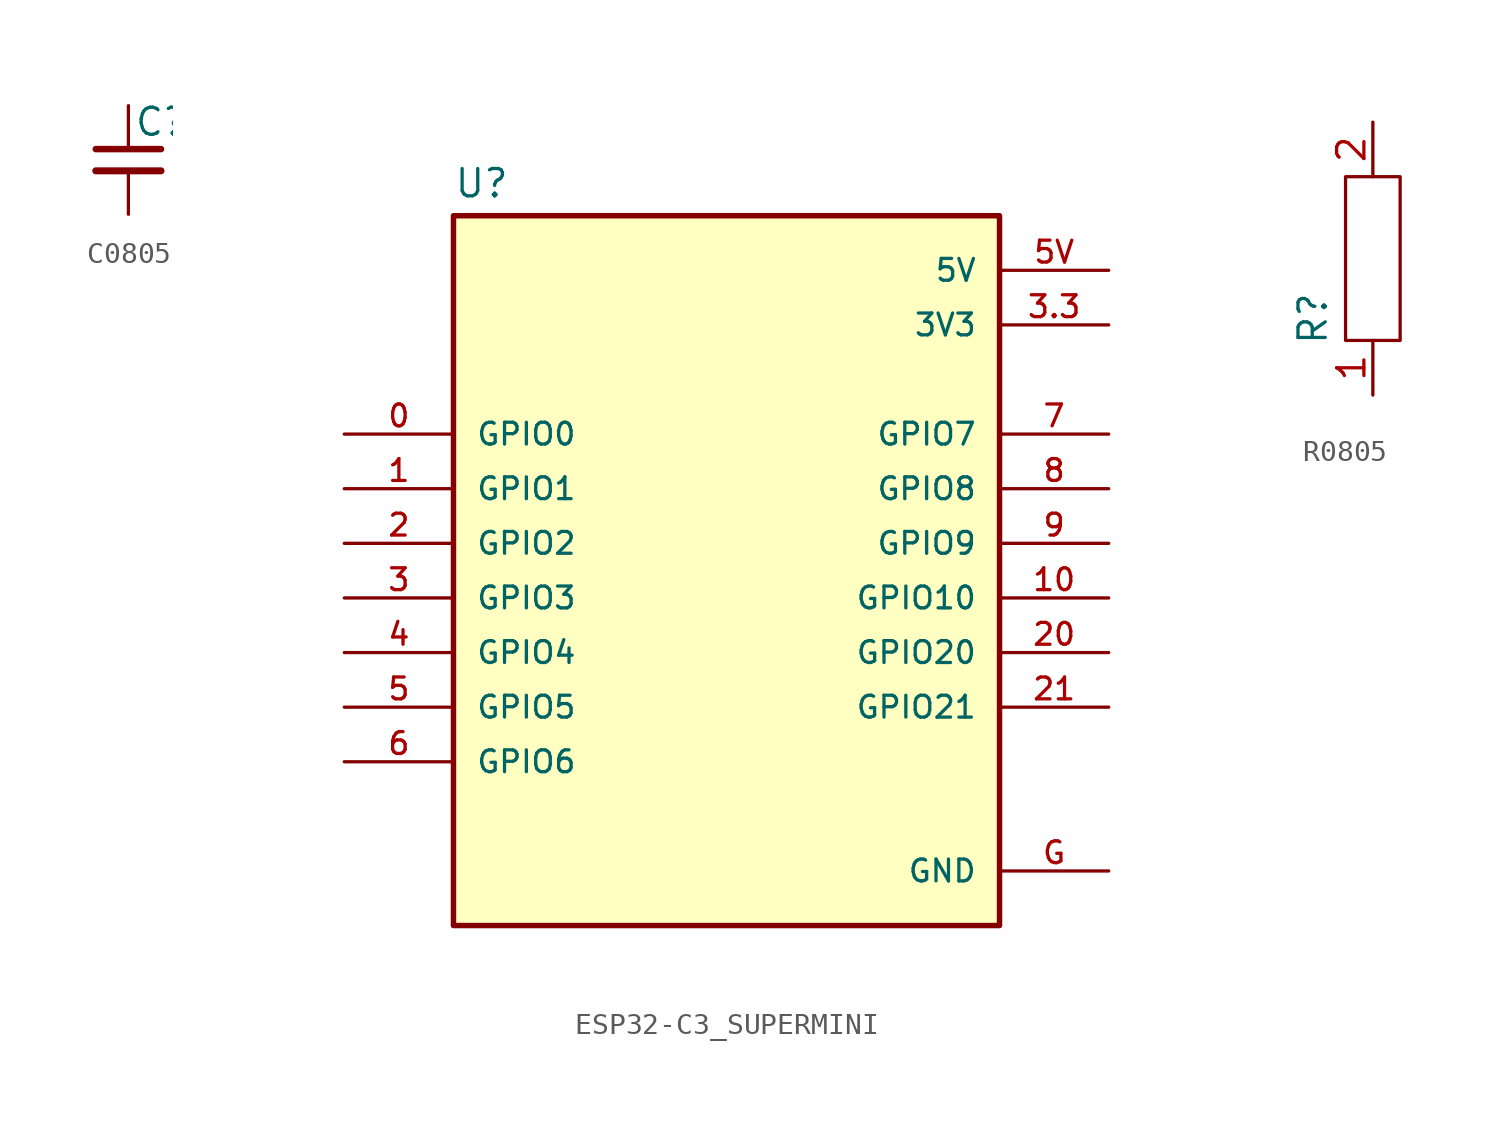
<source format=kicad_sym>
(kicad_symbol_lib
  (version 20241209)
  (generator "kicad_symbol_editor")
  (generator_version "9.0")
  (symbol "C0805"
    (pin_numbers
      (hide yes))
    (pin_names
      (offset 0.254)
      (hide yes))
    (property "Reference" "C"
      (at 0.254 1.778 0)
      (effects (font (size 1.27 1.27)) (justify left)))
    (symbol "C0805_0_1"
      (polyline (pts (xy -1.524 0.508) (xy 1.524 0.508)) (stroke (width 0.305) (type default)) (fill (type none)))
      (polyline (pts (xy -1.524 -0.508) (xy 1.524 -0.508)) (stroke (width 0.33) (type default)) (fill (type none))))
    (symbol "C0805_1_1"
      (pin passive line (at 0 2.54 270) (length 2.032) (name "~" (effects (font (size 1.27 1.27)))) (number "1" (effects (font (size 1.27 1.27)))))
      (pin passive line (at 0 -2.54 90) (length 2.032) (name "~" (effects (font (size 1.27 1.27)))) (number "2" (effects (font (size 1.27 1.27)))))))
  (symbol "ESP32-C3_SUPERMINI"
    (pin_names
      (offset 1.016))
    (property "Reference" "U"
      (at -12.7 16.002 0)
      (effects (font (size 1.27 1.27)) (justify left bottom)))
    (symbol "ESP32-C3_SUPERMINI_0_0"
      (rectangle (start -12.7 15.24) (end 12.7 -17.78) (stroke (width 0.254) (type default)) (fill (type background)))
      (pin bidirectional line (at -17.78 5.08 0) (length 5.08) (name "GPIO0" (effects (font (size 1.016 1.016)))) (number "0" (effects (font (size 1.016 1.016)))))
      (pin bidirectional line (at -17.78 2.54 0) (length 5.08) (name "GPIO1" (effects (font (size 1.016 1.016)))) (number "1" (effects (font (size 1.016 1.016)))))
      (pin bidirectional line (at -17.78 0 0) (length 5.08) (name "GPIO2" (effects (font (size 1.016 1.016)))) (number "2" (effects (font (size 1.016 1.016)))))
      (pin bidirectional line (at -17.78 -2.54 0) (length 5.08) (name "GPIO3" (effects (font (size 1.016 1.016)))) (number "3" (effects (font (size 1.016 1.016)))))
      (pin bidirectional line (at -17.78 -5.08 0) (length 5.08) (name "GPIO4" (effects (font (size 1.016 1.016)))) (number "4" (effects (font (size 1.016 1.016)))))
      (pin bidirectional line (at -17.78 -7.62 0) (length 5.08) (name "GPIO5" (effects (font (size 1.016 1.016)))) (number "5" (effects (font (size 1.016 1.016)))))
      (pin bidirectional line (at -17.78 -10.16 0) (length 5.08) (name "GPIO6" (effects (font (size 1.016 1.016)))) (number "6" (effects (font (size 1.016 1.016)))))
      (pin power_in line (at 17.78 12.7 180) (length 5.08) (name "5V" (effects (font (size 1.016 1.016)))) (number "5V" (effects (font (size 1.016 1.016)))))
      (pin power_in line (at 17.78 10.16 180) (length 5.08) (name "3V3" (effects (font (size 1.016 1.016)))) (number "3.3" (effects (font (size 1.016 1.016)))))
      (pin bidirectional line (at 17.78 5.08 180) (length 5.08) (name "GPIO7" (effects (font (size 1.016 1.016)))) (number "7" (effects (font (size 1.016 1.016)))))
      (pin bidirectional line (at 17.78 2.54 180) (length 5.08) (name "GPIO8" (effects (font (size 1.016 1.016)))) (number "8" (effects (font (size 1.016 1.016)))))
      (pin bidirectional line (at 17.78 0 180) (length 5.08) (name "GPIO9" (effects (font (size 1.016 1.016)))) (number "9" (effects (font (size 1.016 1.016)))))
      (pin bidirectional line (at 17.78 -2.54 180) (length 5.08) (name "GPIO10" (effects (font (size 1.016 1.016)))) (number "10" (effects (font (size 1.016 1.016)))))
      (pin bidirectional line (at 17.78 -5.08 180) (length 5.08) (name "GPIO20" (effects (font (size 1.016 1.016)))) (number "20" (effects (font (size 1.016 1.016)))))
      (pin bidirectional line (at 17.78 -7.62 180) (length 5.08) (name "GPIO21" (effects (font (size 1.016 1.016)))) (number "21" (effects (font (size 1.016 1.016)))))
      (pin power_in line (at 17.78 -15.24 180) (length 5.08) (name "GND" (effects (font (size 1.016 1.016)))) (number "G" (effects (font (size 1.016 1.016)))))))
  (symbol "R0805"
    (property "Reference" "R"
      (at -2.794 -2.794 90)
      (effects (font (size 1.27 1.27))))
    (symbol "R0805_0_1"
      (rectangle (start -1.27 3.81) (end 1.27 -3.81) (stroke (width 0) (type default)) (fill (type none))))
    (symbol "R0805_1_1"
      (pin passive line (at 0 6.35 270) (length 2.54) (name "" (effects (font (size 1.27 1.27)))) (number "2" (effects (font (size 1.27 1.27)))))
      (pin passive line (at 0 -6.35 90) (length 2.54) (name "" (effects (font (size 1.27 1.27)))) (number "1" (effects (font (size 1.27 1.27))))))))
</source>
